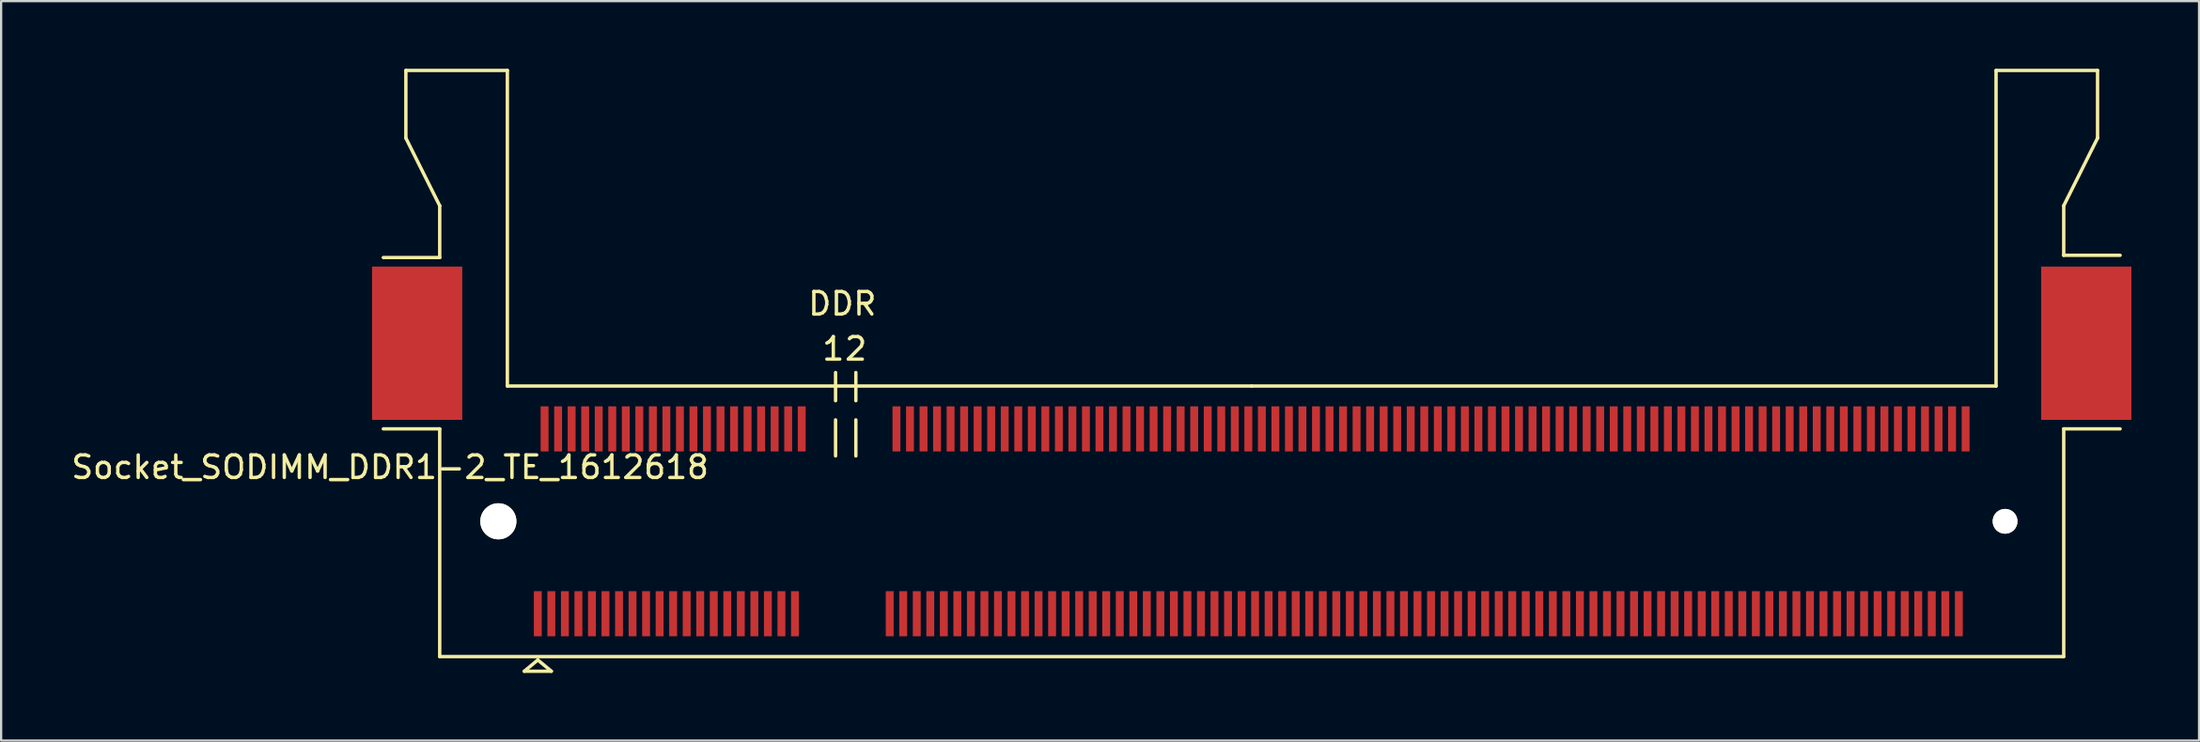
<source format=kicad_pcb>
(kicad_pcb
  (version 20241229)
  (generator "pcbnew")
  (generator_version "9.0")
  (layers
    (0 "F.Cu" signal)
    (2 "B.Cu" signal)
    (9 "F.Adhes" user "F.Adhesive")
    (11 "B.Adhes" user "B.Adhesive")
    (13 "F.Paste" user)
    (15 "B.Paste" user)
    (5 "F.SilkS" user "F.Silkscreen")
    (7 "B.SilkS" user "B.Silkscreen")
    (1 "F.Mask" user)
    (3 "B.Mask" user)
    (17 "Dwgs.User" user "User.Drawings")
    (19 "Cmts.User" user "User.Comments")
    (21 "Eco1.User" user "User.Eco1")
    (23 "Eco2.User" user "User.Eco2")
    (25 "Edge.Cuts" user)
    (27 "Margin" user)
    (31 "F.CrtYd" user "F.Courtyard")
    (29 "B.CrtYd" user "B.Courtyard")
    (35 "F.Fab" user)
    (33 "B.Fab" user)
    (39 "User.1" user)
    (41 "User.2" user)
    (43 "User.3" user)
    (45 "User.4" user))
  (footprint "Socket_SODIMM_DDR1-2_TE_1612618"
    (layer "F.Cu")
    (at 52.444 20.075)
    (property "Reference" "Socket_SODIMM_DDR1-2_TE_1612618" (at -38.2 -2.4 0) (layer "F.SilkS") (effects (font (size 1 1) (thickness 0.15))))
    (attr smd)
    (fp_line (start -37.5 -20) (end -37.5 -17) (stroke (width 0.15) (type solid)) (layer "F.SilkS"))
    (fp_line (start -37.5 -17) (end -36 -14) (stroke (width 0.15) (type solid)) (layer "F.SilkS"))
    (fp_line (start -36 -14) (end -36 -11.7) (stroke (width 0.15) (type solid)) (layer "F.SilkS"))
    (fp_line (start -36 -11.7) (end -38.5 -11.7) (stroke (width 0.15) (type solid)) (layer "F.SilkS"))
    (fp_line (start -36 -4.1) (end -38.5 -4.1) (stroke (width 0.15) (type solid)) (layer "F.SilkS"))
    (fp_line (start -36 -4.1) (end -36 6) (stroke (width 0.15) (type solid)) (layer "F.SilkS"))
    (fp_line (start -36 6) (end 36 6) (stroke (width 0.15) (type solid)) (layer "F.SilkS"))
    (fp_line (start -33 -20) (end -37.5 -20) (stroke (width 0.15) (type solid)) (layer "F.SilkS"))
    (fp_line (start -33 -6) (end -33 -20) (stroke (width 0.15) (type solid)) (layer "F.SilkS"))
    (fp_line (start -32.25 6.65) (end -31.65 6.15) (stroke (width 0.15) (type solid)) (layer "F.SilkS"))
    (fp_line (start -31.65 6.15) (end -31.05 6.65) (stroke (width 0.15) (type solid)) (layer "F.SilkS"))
    (fp_line (start -31.05 6.65) (end -32.25 6.65) (stroke (width 0.15) (type solid)) (layer "F.SilkS"))
    (fp_line (start -18.45 -5.35) (end -18.45 -6.6) (stroke (width 0.15) (type solid)) (layer "F.SilkS"))
    (fp_line (start -18.45 -4.5) (end -18.45 -2.9) (stroke (width 0.15) (type solid)) (layer "F.SilkS"))
    (fp_line (start -17.55 -5.35) (end -17.55 -6.6) (stroke (width 0.15) (type solid)) (layer "F.SilkS"))
    (fp_line (start -17.55 -4.5) (end -17.55 -2.9) (stroke (width 0.15) (type solid)) (layer "F.SilkS"))
    (fp_line (start 0 -6) (end -33 -6) (stroke (width 0.15) (type solid)) (layer "F.SilkS"))
    (fp_line (start 33 -20) (end 33 -6) (stroke (width 0.15) (type solid)) (layer "F.SilkS"))
    (fp_line (start 33 -6) (end 0 -6) (stroke (width 0.15) (type solid)) (layer "F.SilkS"))
    (fp_line (start 36 -14) (end 36 -11.8) (stroke (width 0.15) (type solid)) (layer "F.SilkS"))
    (fp_line (start 36 -14) (end 37.5 -17) (stroke (width 0.15) (type solid)) (layer "F.SilkS"))
    (fp_line (start 36 -11.8) (end 38.5 -11.8) (stroke (width 0.15) (type solid)) (layer "F.SilkS"))
    (fp_line (start 36 -4.1) (end 38.5 -4.1) (stroke (width 0.15) (type solid)) (layer "F.SilkS"))
    (fp_line (start 36 6) (end 36 -4.1) (stroke (width 0.15) (type solid)) (layer "F.SilkS"))
    (fp_line (start 37.5 -20) (end 33 -20) (stroke (width 0.15) (type solid)) (layer "F.SilkS"))
    (fp_line (start 37.5 -17) (end 37.5 -20) (stroke (width 0.15) (type solid)) (layer "F.SilkS"))
    (fp_text user "2" (at -17.55 -7.65 0) (layer "F.SilkS") (effects (font (size 1 1) (thickness 0.15))))
    (fp_text user "DDR" (at -18.15 -9.65 0) (layer "F.SilkS") (effects (font (size 1 1) (thickness 0.15))))
    (fp_text user "1" (at -18.55 -7.65 0) (layer "F.SilkS") (effects (font (size 1 1) (thickness 0.15))))
    (pad "" smd rect (at -37 -7.9) (size 4 6.8) (layers "F.Cu" "F.Mask" "F.Paste"))
    (pad "" np_thru_hole circle (at -33.4 0) (size 1.6 1.6) (drill 1.6) (layers "*.Cu" "*.Mask" "F.SilkS"))
    (pad "" np_thru_hole circle (at 33.4 0) (size 1.1 1.1) (drill 1.1) (layers "*.Cu" "*.Mask" "F.SilkS"))
    (pad "" smd rect (at 37 -7.9) (size 4 6.8) (layers "F.Cu" "F.Mask" "F.Paste"))
    (pad "1" smd rect (at -31.65 4.1) (size 0.35 2) (layers "F.Cu" "F.Mask" "F.Paste"))
    (pad "2" smd rect (at -31.35 -4.1) (size 0.35 2) (layers "F.Cu" "F.Mask" "F.Paste"))
    (pad "3" smd rect (at -31.05 4.1) (size 0.35 2) (layers "F.Cu" "F.Mask" "F.Paste"))
    (pad "4" smd rect (at -30.75 -4.1) (size 0.35 2) (layers "F.Cu" "F.Mask" "F.Paste"))
    (pad "5" smd rect (at -30.45 4.1) (size 0.35 2) (layers "F.Cu" "F.Mask" "F.Paste"))
    (pad "6" smd rect (at -30.15 -4.1) (size 0.35 2) (layers "F.Cu" "F.Mask" "F.Paste"))
    (pad "7" smd rect (at -29.85 4.1) (size 0.35 2) (layers "F.Cu" "F.Mask" "F.Paste"))
    (pad "8" smd rect (at -29.55 -4.1) (size 0.35 2) (layers "F.Cu" "F.Mask" "F.Paste"))
    (pad "9" smd rect (at -29.25 4.1) (size 0.35 2) (layers "F.Cu" "F.Mask" "F.Paste"))
    (pad "10" smd rect (at -28.95 -4.1) (size 0.35 2) (layers "F.Cu" "F.Mask" "F.Paste"))
    (pad "11" smd rect (at -28.65 4.1) (size 0.35 2) (layers "F.Cu" "F.Mask" "F.Paste"))
    (pad "12" smd rect (at -28.35 -4.1) (size 0.35 2) (layers "F.Cu" "F.Mask" "F.Paste"))
    (pad "13" smd rect (at -28.05 4.1) (size 0.35 2) (layers "F.Cu" "F.Mask" "F.Paste"))
    (pad "14" smd rect (at -27.75 -4.1) (size 0.35 2) (layers "F.Cu" "F.Mask" "F.Paste"))
    (pad "15" smd rect (at -27.45 4.1) (size 0.35 2) (layers "F.Cu" "F.Mask" "F.Paste"))
    (pad "16" smd rect (at -27.15 -4.1) (size 0.35 2) (layers "F.Cu" "F.Mask" "F.Paste"))
    (pad "17" smd rect (at -26.85 4.1) (size 0.35 2) (layers "F.Cu" "F.Mask" "F.Paste"))
    (pad "18" smd rect (at -26.55 -4.1) (size 0.35 2) (layers "F.Cu" "F.Mask" "F.Paste"))
    (pad "19" smd rect (at -26.25 4.1) (size 0.35 2) (layers "F.Cu" "F.Mask" "F.Paste"))
    (pad "20" smd rect (at -25.95 -4.1) (size 0.35 2) (layers "F.Cu" "F.Mask" "F.Paste"))
    (pad "21" smd rect (at -25.65 4.1) (size 0.35 2) (layers "F.Cu" "F.Mask" "F.Paste"))
    (pad "22" smd rect (at -25.35 -4.1) (size 0.35 2) (layers "F.Cu" "F.Mask" "F.Paste"))
    (pad "23" smd rect (at -25.05 4.1) (size 0.35 2) (layers "F.Cu" "F.Mask" "F.Paste"))
    (pad "24" smd rect (at -24.75 -4.1) (size 0.35 2) (layers "F.Cu" "F.Mask" "F.Paste"))
    (pad "25" smd rect (at -24.45 4.1) (size 0.35 2) (layers "F.Cu" "F.Mask" "F.Paste"))
    (pad "26" smd rect (at -24.15 -4.1) (size 0.35 2) (layers "F.Cu" "F.Mask" "F.Paste"))
    (pad "27" smd rect (at -23.85 4.1) (size 0.35 2) (layers "F.Cu" "F.Mask" "F.Paste"))
    (pad "28" smd rect (at -23.55 -4.1) (size 0.35 2) (layers "F.Cu" "F.Mask" "F.Paste"))
    (pad "29" smd rect (at -23.25 4.1) (size 0.35 2) (layers "F.Cu" "F.Mask" "F.Paste"))
    (pad "30" smd rect (at -22.95 -4.1) (size 0.35 2) (layers "F.Cu" "F.Mask" "F.Paste"))
    (pad "31" smd rect (at -22.65 4.1) (size 0.35 2) (layers "F.Cu" "F.Mask" "F.Paste"))
    (pad "32" smd rect (at -22.35 -4.1) (size 0.35 2) (layers "F.Cu" "F.Mask" "F.Paste"))
    (pad "33" smd rect (at -22.05 4.1) (size 0.35 2) (layers "F.Cu" "F.Mask" "F.Paste"))
    (pad "34" smd rect (at -21.75 -4.1) (size 0.35 2) (layers "F.Cu" "F.Mask" "F.Paste"))
    (pad "35" smd rect (at -21.45 4.1) (size 0.35 2) (layers "F.Cu" "F.Mask" "F.Paste"))
    (pad "36" smd rect (at -21.15 -4.1) (size 0.35 2) (layers "F.Cu" "F.Mask" "F.Paste"))
    (pad "37" smd rect (at -20.85 4.1) (size 0.35 2) (layers "F.Cu" "F.Mask" "F.Paste"))
    (pad "38" smd rect (at -20.55 -4.1) (size 0.35 2) (layers "F.Cu" "F.Mask" "F.Paste"))
    (pad "39" smd rect (at -20.25 4.1) (size 0.35 2) (layers "F.Cu" "F.Mask" "F.Paste"))
    (pad "40" smd rect (at -19.95 -4.1) (size 0.35 2) (layers "F.Cu" "F.Mask" "F.Paste"))
    (pad "41" smd rect (at -16.05 4.1) (size 0.35 2) (layers "F.Cu" "F.Mask" "F.Paste"))
    (pad "42" smd rect (at -15.75 -4.1) (size 0.35 2) (layers "F.Cu" "F.Mask" "F.Paste"))
    (pad "43" smd rect (at -15.45 4.1) (size 0.35 2) (layers "F.Cu" "F.Mask" "F.Paste"))
    (pad "44" smd rect (at -15.15 -4.1) (size 0.35 2) (layers "F.Cu" "F.Mask" "F.Paste"))
    (pad "45" smd rect (at -14.85 4.1) (size 0.35 2) (layers "F.Cu" "F.Mask" "F.Paste"))
    (pad "46" smd rect (at -14.55 -4.1) (size 0.35 2) (layers "F.Cu" "F.Mask" "F.Paste"))
    (pad "47" smd rect (at -14.25 4.1) (size 0.35 2) (layers "F.Cu" "F.Mask" "F.Paste"))
    (pad "48" smd rect (at -13.95 -4.1) (size 0.35 2) (layers "F.Cu" "F.Mask" "F.Paste"))
    (pad "49" smd rect (at -13.65 4.1) (size 0.35 2) (layers "F.Cu" "F.Mask" "F.Paste"))
    (pad "50" smd rect (at -13.35 -4.1) (size 0.35 2) (layers "F.Cu" "F.Mask" "F.Paste"))
    (pad "51" smd rect (at -13.05 4.1) (size 0.35 2) (layers "F.Cu" "F.Mask" "F.Paste"))
    (pad "52" smd rect (at -12.75 -4.1) (size 0.35 2) (layers "F.Cu" "F.Mask" "F.Paste"))
    (pad "53" smd rect (at -12.45 4.1) (size 0.35 2) (layers "F.Cu" "F.Mask" "F.Paste"))
    (pad "54" smd rect (at -12.15 -4.1) (size 0.35 2) (layers "F.Cu" "F.Mask" "F.Paste"))
    (pad "55" smd rect (at -11.85 4.1) (size 0.35 2) (layers "F.Cu" "F.Mask" "F.Paste"))
    (pad "56" smd rect (at -11.55 -4.1) (size 0.35 2) (layers "F.Cu" "F.Mask" "F.Paste"))
    (pad "57" smd rect (at -11.25 4.1) (size 0.35 2) (layers "F.Cu" "F.Mask" "F.Paste"))
    (pad "58" smd rect (at -10.95 -4.1) (size 0.35 2) (layers "F.Cu" "F.Mask" "F.Paste"))
    (pad "59" smd rect (at -10.65 4.1) (size 0.35 2) (layers "F.Cu" "F.Mask" "F.Paste"))
    (pad "60" smd rect (at -10.35 -4.1) (size 0.35 2) (layers "F.Cu" "F.Mask" "F.Paste"))
    (pad "61" smd rect (at -10.05 4.1) (size 0.35 2) (layers "F.Cu" "F.Mask" "F.Paste"))
    (pad "62" smd rect (at -9.75 -4.1) (size 0.35 2) (layers "F.Cu" "F.Mask" "F.Paste"))
    (pad "63" smd rect (at -9.45 4.1) (size 0.35 2) (layers "F.Cu" "F.Mask" "F.Paste"))
    (pad "64" smd rect (at -9.15 -4.1) (size 0.35 2) (layers "F.Cu" "F.Mask" "F.Paste"))
    (pad "65" smd rect (at -8.85 4.1) (size 0.35 2) (layers "F.Cu" "F.Mask" "F.Paste"))
    (pad "66" smd rect (at -8.55 -4.1) (size 0.35 2) (layers "F.Cu" "F.Mask" "F.Paste"))
    (pad "67" smd rect (at -8.25 4.1) (size 0.35 2) (layers "F.Cu" "F.Mask" "F.Paste"))
    (pad "68" smd rect (at -7.95 -4.1) (size 0.35 2) (layers "F.Cu" "F.Mask" "F.Paste"))
    (pad "69" smd rect (at -7.65 4.1) (size 0.35 2) (layers "F.Cu" "F.Mask" "F.Paste"))
    (pad "70" smd rect (at -7.35 -4.1) (size 0.35 2) (layers "F.Cu" "F.Mask" "F.Paste"))
    (pad "71" smd rect (at -7.05 4.1) (size 0.35 2) (layers "F.Cu" "F.Mask" "F.Paste"))
    (pad "72" smd rect (at -6.75 -4.1) (size 0.35 2) (layers "F.Cu" "F.Mask" "F.Paste"))
    (pad "73" smd rect (at -6.45 4.1) (size 0.35 2) (layers "F.Cu" "F.Mask" "F.Paste"))
    (pad "74" smd rect (at -6.15 -4.1) (size 0.35 2) (layers "F.Cu" "F.Mask" "F.Paste"))
    (pad "75" smd rect (at -5.85 4.1) (size 0.35 2) (layers "F.Cu" "F.Mask" "F.Paste"))
    (pad "76" smd rect (at -5.55 -4.1) (size 0.35 2) (layers "F.Cu" "F.Mask" "F.Paste"))
    (pad "77" smd rect (at -5.25 4.1) (size 0.35 2) (layers "F.Cu" "F.Mask" "F.Paste"))
    (pad "78" smd rect (at -4.95 -4.1) (size 0.35 2) (layers "F.Cu" "F.Mask" "F.Paste"))
    (pad "79" smd rect (at -4.65 4.1) (size 0.35 2) (layers "F.Cu" "F.Mask" "F.Paste"))
    (pad "80" smd rect (at -4.35 -4.1) (size 0.35 2) (layers "F.Cu" "F.Mask" "F.Paste"))
    (pad "81" smd rect (at -4.05 4.1) (size 0.35 2) (layers "F.Cu" "F.Mask" "F.Paste"))
    (pad "82" smd rect (at -3.75 -4.1) (size 0.35 2) (layers "F.Cu" "F.Mask" "F.Paste"))
    (pad "83" smd rect (at -3.45 4.1) (size 0.35 2) (layers "F.Cu" "F.Mask" "F.Paste"))
    (pad "84" smd rect (at -3.15 -4.1) (size 0.35 2) (layers "F.Cu" "F.Mask" "F.Paste"))
    (pad "85" smd rect (at -2.85 4.1) (size 0.35 2) (layers "F.Cu" "F.Mask" "F.Paste"))
    (pad "86" smd rect (at -2.55 -4.1) (size 0.35 2) (layers "F.Cu" "F.Mask" "F.Paste"))
    (pad "87" smd rect (at -2.25 4.1) (size 0.35 2) (layers "F.Cu" "F.Mask" "F.Paste"))
    (pad "88" smd rect (at -1.95 -4.1) (size 0.35 2) (layers "F.Cu" "F.Mask" "F.Paste"))
    (pad "89" smd rect (at -1.65 4.1) (size 0.35 2) (layers "F.Cu" "F.Mask" "F.Paste"))
    (pad "90" smd rect (at -1.35 -4.1) (size 0.35 2) (layers "F.Cu" "F.Mask" "F.Paste"))
    (pad "91" smd rect (at -1.05 4.1) (size 0.35 2) (layers "F.Cu" "F.Mask" "F.Paste"))
    (pad "92" smd rect (at -0.75 -4.1) (size 0.35 2) (layers "F.Cu" "F.Mask" "F.Paste"))
    (pad "93" smd rect (at -0.45 4.1) (size 0.35 2) (layers "F.Cu" "F.Mask" "F.Paste"))
    (pad "94" smd rect (at -0.15 -4.1) (size 0.35 2) (layers "F.Cu" "F.Mask" "F.Paste"))
    (pad "95" smd rect (at 0.15 4.1) (size 0.35 2) (layers "F.Cu" "F.Mask" "F.Paste"))
    (pad "96" smd rect (at 0.45 -4.1) (size 0.35 2) (layers "F.Cu" "F.Mask" "F.Paste"))
    (pad "97" smd rect (at 0.75 4.1) (size 0.35 2) (layers "F.Cu" "F.Mask" "F.Paste"))
    (pad "98" smd rect (at 1.05 -4.1) (size 0.35 2) (layers "F.Cu" "F.Mask" "F.Paste"))
    (pad "99" smd rect (at 1.35 4.1) (size 0.35 2) (layers "F.Cu" "F.Mask" "F.Paste"))
    (pad "100" smd rect (at 1.65 -4.1) (size 0.35 2) (layers "F.Cu" "F.Mask" "F.Paste"))
    (pad "101" smd rect (at 1.95 4.1) (size 0.35 2) (layers "F.Cu" "F.Mask" "F.Paste"))
    (pad "102" smd rect (at 2.25 -4.1) (size 0.35 2) (layers "F.Cu" "F.Mask" "F.Paste"))
    (pad "103" smd rect (at 2.55 4.1) (size 0.35 2) (layers "F.Cu" "F.Mask" "F.Paste"))
    (pad "104" smd rect (at 2.85 -4.1) (size 0.35 2) (layers "F.Cu" "F.Mask" "F.Paste"))
    (pad "105" smd rect (at 3.15 4.1) (size 0.35 2) (layers "F.Cu" "F.Mask" "F.Paste"))
    (pad "106" smd rect (at 3.45 -4.1) (size 0.35 2) (layers "F.Cu" "F.Mask" "F.Paste"))
    (pad "107" smd rect (at 3.75 4.1) (size 0.35 2) (layers "F.Cu" "F.Mask" "F.Paste"))
    (pad "108" smd rect (at 4.05 -4.1) (size 0.35 2) (layers "F.Cu" "F.Mask" "F.Paste"))
    (pad "109" smd rect (at 4.35 4.1) (size 0.35 2) (layers "F.Cu" "F.Mask" "F.Paste"))
    (pad "110" smd rect (at 4.65 -4.1) (size 0.35 2) (layers "F.Cu" "F.Mask" "F.Paste"))
    (pad "111" smd rect (at 4.95 4.1) (size 0.35 2) (layers "F.Cu" "F.Mask" "F.Paste"))
    (pad "112" smd rect (at 5.25 -4.1) (size 0.35 2) (layers "F.Cu" "F.Mask" "F.Paste"))
    (pad "113" smd rect (at 5.55 4.1) (size 0.35 2) (layers "F.Cu" "F.Mask" "F.Paste"))
    (pad "114" smd rect (at 5.85 -4.1) (size 0.35 2) (layers "F.Cu" "F.Mask" "F.Paste"))
    (pad "115" smd rect (at 6.15 4.1) (size 0.35 2) (layers "F.Cu" "F.Mask" "F.Paste"))
    (pad "116" smd rect (at 6.45 -4.1) (size 0.35 2) (layers "F.Cu" "F.Mask" "F.Paste"))
    (pad "117" smd rect (at 6.75 4.1) (size 0.35 2) (layers "F.Cu" "F.Mask" "F.Paste"))
    (pad "118" smd rect (at 7.05 -4.1) (size 0.35 2) (layers "F.Cu" "F.Mask" "F.Paste"))
    (pad "119" smd rect (at 7.35 4.1) (size 0.35 2) (layers "F.Cu" "F.Mask" "F.Paste"))
    (pad "120" smd rect (at 7.65 -4.1) (size 0.35 2) (layers "F.Cu" "F.Mask" "F.Paste"))
    (pad "121" smd rect (at 7.95 4.1) (size 0.35 2) (layers "F.Cu" "F.Mask" "F.Paste"))
    (pad "122" smd rect (at 8.25 -4.1) (size 0.35 2) (layers "F.Cu" "F.Mask" "F.Paste"))
    (pad "123" smd rect (at 8.55 4.1) (size 0.35 2) (layers "F.Cu" "F.Mask" "F.Paste"))
    (pad "124" smd rect (at 8.85 -4.1) (size 0.35 2) (layers "F.Cu" "F.Mask" "F.Paste"))
    (pad "125" smd rect (at 9.15 4.1) (size 0.35 2) (layers "F.Cu" "F.Mask" "F.Paste"))
    (pad "126" smd rect (at 9.45 -4.1) (size 0.35 2) (layers "F.Cu" "F.Mask" "F.Paste"))
    (pad "127" smd rect (at 9.75 4.1) (size 0.35 2) (layers "F.Cu" "F.Mask" "F.Paste"))
    (pad "128" smd rect (at 10.05 -4.1) (size 0.35 2) (layers "F.Cu" "F.Mask" "F.Paste"))
    (pad "129" smd rect (at 10.35 4.1) (size 0.35 2) (layers "F.Cu" "F.Mask" "F.Paste"))
    (pad "130" smd rect (at 10.65 -4.1) (size 0.35 2) (layers "F.Cu" "F.Mask" "F.Paste"))
    (pad "131" smd rect (at 10.95 4.1) (size 0.35 2) (layers "F.Cu" "F.Mask" "F.Paste"))
    (pad "132" smd rect (at 11.25 -4.1) (size 0.35 2) (layers "F.Cu" "F.Mask" "F.Paste"))
    (pad "133" smd rect (at 11.55 4.1) (size 0.35 2) (layers "F.Cu" "F.Mask" "F.Paste"))
    (pad "134" smd rect (at 11.85 -4.1) (size 0.35 2) (layers "F.Cu" "F.Mask" "F.Paste"))
    (pad "135" smd rect (at 12.15 4.1) (size 0.35 2) (layers "F.Cu" "F.Mask" "F.Paste"))
    (pad "136" smd rect (at 12.45 -4.1) (size 0.35 2) (layers "F.Cu" "F.Mask" "F.Paste"))
    (pad "137" smd rect (at 12.75 4.1) (size 0.35 2) (layers "F.Cu" "F.Mask" "F.Paste"))
    (pad "138" smd rect (at 13.05 -4.1) (size 0.35 2) (layers "F.Cu" "F.Mask" "F.Paste"))
    (pad "139" smd rect (at 13.35 4.1) (size 0.35 2) (layers "F.Cu" "F.Mask" "F.Paste"))
    (pad "140" smd rect (at 13.65 -4.1) (size 0.35 2) (layers "F.Cu" "F.Mask" "F.Paste"))
    (pad "141" smd rect (at 13.95 4.1) (size 0.35 2) (layers "F.Cu" "F.Mask" "F.Paste"))
    (pad "142" smd rect (at 14.25 -4.1) (size 0.35 2) (layers "F.Cu" "F.Mask" "F.Paste"))
    (pad "143" smd rect (at 14.55 4.1) (size 0.35 2) (layers "F.Cu" "F.Mask" "F.Paste"))
    (pad "144" smd rect (at 14.85 -4.1) (size 0.35 2) (layers "F.Cu" "F.Mask" "F.Paste"))
    (pad "145" smd rect (at 15.15 4.1) (size 0.35 2) (layers "F.Cu" "F.Mask" "F.Paste"))
    (pad "146" smd rect (at 15.45 -4.1) (size 0.35 2) (layers "F.Cu" "F.Mask" "F.Paste"))
    (pad "147" smd rect (at 15.75 4.1) (size 0.35 2) (layers "F.Cu" "F.Mask" "F.Paste"))
    (pad "148" smd rect (at 16.05 -4.1) (size 0.35 2) (layers "F.Cu" "F.Mask" "F.Paste"))
    (pad "149" smd rect (at 16.35 4.1) (size 0.35 2) (layers "F.Cu" "F.Mask" "F.Paste"))
    (pad "150" smd rect (at 16.65 -4.1) (size 0.35 2) (layers "F.Cu" "F.Mask" "F.Paste"))
    (pad "151" smd rect (at 16.95 4.1) (size 0.35 2) (layers "F.Cu" "F.Mask" "F.Paste"))
    (pad "152" smd rect (at 17.25 -4.1) (size 0.35 2) (layers "F.Cu" "F.Mask" "F.Paste"))
    (pad "153" smd rect (at 17.55 4.1) (size 0.35 2) (layers "F.Cu" "F.Mask" "F.Paste"))
    (pad "154" smd rect (at 17.85 -4.1) (size 0.35 2) (layers "F.Cu" "F.Mask" "F.Paste"))
    (pad "155" smd rect (at 18.15 4.1) (size 0.35 2) (layers "F.Cu" "F.Mask" "F.Paste"))
    (pad "156" smd rect (at 18.45 -4.1) (size 0.35 2) (layers "F.Cu" "F.Mask" "F.Paste"))
    (pad "157" smd rect (at 18.75 4.1) (size 0.35 2) (layers "F.Cu" "F.Mask" "F.Paste"))
    (pad "158" smd rect (at 19.05 -4.1) (size 0.35 2) (layers "F.Cu" "F.Mask" "F.Paste"))
    (pad "159" smd rect (at 19.35 4.1) (size 0.35 2) (layers "F.Cu" "F.Mask" "F.Paste"))
    (pad "160" smd rect (at 19.65 -4.1) (size 0.35 2) (layers "F.Cu" "F.Mask" "F.Paste"))
    (pad "161" smd rect (at 19.95 4.1) (size 0.35 2) (layers "F.Cu" "F.Mask" "F.Paste"))
    (pad "162" smd rect (at 20.25 -4.1) (size 0.35 2) (layers "F.Cu" "F.Mask" "F.Paste"))
    (pad "163" smd rect (at 20.55 4.1) (size 0.35 2) (layers "F.Cu" "F.Mask" "F.Paste"))
    (pad "164" smd rect (at 20.85 -4.1) (size 0.35 2) (layers "F.Cu" "F.Mask" "F.Paste"))
    (pad "165" smd rect (at 21.15 4.1) (size 0.35 2) (layers "F.Cu" "F.Mask" "F.Paste"))
    (pad "166" smd rect (at 21.45 -4.1) (size 0.35 2) (layers "F.Cu" "F.Mask" "F.Paste"))
    (pad "167" smd rect (at 21.75 4.1) (size 0.35 2) (layers "F.Cu" "F.Mask" "F.Paste"))
    (pad "168" smd rect (at 22.05 -4.1) (size 0.35 2) (layers "F.Cu" "F.Mask" "F.Paste"))
    (pad "169" smd rect (at 22.35 4.1) (size 0.35 2) (layers "F.Cu" "F.Mask" "F.Paste"))
    (pad "170" smd rect (at 22.65 -4.1) (size 0.35 2) (layers "F.Cu" "F.Mask" "F.Paste"))
    (pad "171" smd rect (at 22.95 4.1) (size 0.35 2) (layers "F.Cu" "F.Mask" "F.Paste"))
    (pad "172" smd rect (at 23.25 -4.1) (size 0.35 2) (layers "F.Cu" "F.Mask" "F.Paste"))
    (pad "173" smd rect (at 23.55 4.1) (size 0.35 2) (layers "F.Cu" "F.Mask" "F.Paste"))
    (pad "174" smd rect (at 23.85 -4.1) (size 0.35 2) (layers "F.Cu" "F.Mask" "F.Paste"))
    (pad "175" smd rect (at 24.15 4.1) (size 0.35 2) (layers "F.Cu" "F.Mask" "F.Paste"))
    (pad "176" smd rect (at 24.45 -4.1) (size 0.35 2) (layers "F.Cu" "F.Mask" "F.Paste"))
    (pad "177" smd rect (at 24.75 4.1) (size 0.35 2) (layers "F.Cu" "F.Mask" "F.Paste"))
    (pad "178" smd rect (at 25.05 -4.1) (size 0.35 2) (layers "F.Cu" "F.Mask" "F.Paste"))
    (pad "179" smd rect (at 25.35 4.1) (size 0.35 2) (layers "F.Cu" "F.Mask" "F.Paste"))
    (pad "180" smd rect (at 25.65 -4.1) (size 0.35 2) (layers "F.Cu" "F.Mask" "F.Paste"))
    (pad "181" smd rect (at 25.95 4.1) (size 0.35 2) (layers "F.Cu" "F.Mask" "F.Paste"))
    (pad "182" smd rect (at 26.25 -4.1) (size 0.35 2) (layers "F.Cu" "F.Mask" "F.Paste"))
    (pad "183" smd rect (at 26.55 4.1) (size 0.35 2) (layers "F.Cu" "F.Mask" "F.Paste"))
    (pad "184" smd rect (at 26.85 -4.1) (size 0.35 2) (layers "F.Cu" "F.Mask" "F.Paste"))
    (pad "185" smd rect (at 27.15 4.1) (size 0.35 2) (layers "F.Cu" "F.Mask" "F.Paste"))
    (pad "186" smd rect (at 27.45 -4.1) (size 0.35 2) (layers "F.Cu" "F.Mask" "F.Paste"))
    (pad "187" smd rect (at 27.75 4.1) (size 0.35 2) (layers "F.Cu" "F.Mask" "F.Paste"))
    (pad "188" smd rect (at 28.05 -4.1) (size 0.35 2) (layers "F.Cu" "F.Mask" "F.Paste"))
    (pad "189" smd rect (at 28.35 4.1) (size 0.35 2) (layers "F.Cu" "F.Mask" "F.Paste"))
    (pad "190" smd rect (at 28.65 -4.1) (size 0.35 2) (layers "F.Cu" "F.Mask" "F.Paste"))
    (pad "191" smd rect (at 28.95 4.1) (size 0.35 2) (layers "F.Cu" "F.Mask" "F.Paste"))
    (pad "192" smd rect (at 29.25 -4.1) (size 0.35 2) (layers "F.Cu" "F.Mask" "F.Paste"))
    (pad "193" smd rect (at 29.55 4.1) (size 0.35 2) (layers "F.Cu" "F.Mask" "F.Paste"))
    (pad "194" smd rect (at 29.85 -4.1) (size 0.35 2) (layers "F.Cu" "F.Mask" "F.Paste"))
    (pad "195" smd rect (at 30.15 4.1) (size 0.35 2) (layers "F.Cu" "F.Mask" "F.Paste"))
    (pad "196" smd rect (at 30.45 -4.1) (size 0.35 2) (layers "F.Cu" "F.Mask" "F.Paste"))
    (pad "197" smd rect (at 30.75 4.1) (size 0.35 2) (layers "F.Cu" "F.Mask" "F.Paste"))
    (pad "198" smd rect (at 31.05 -4.1) (size 0.35 2) (layers "F.Cu" "F.Mask" "F.Paste"))
    (pad "199" smd rect (at 31.35 4.1) (size 0.35 2) (layers "F.Cu" "F.Mask" "F.Paste"))
    (pad "200" smd rect (at 31.65 -4.1) (size 0.35 2) (layers "F.Cu" "F.Mask" "F.Paste")))
  (gr_rect
    (start -3 -3)
    (end 94.444 29.8)
    (stroke (width 0.1) (type default))
    (fill no)
    (layer "Edge.Cuts")))
</source>
